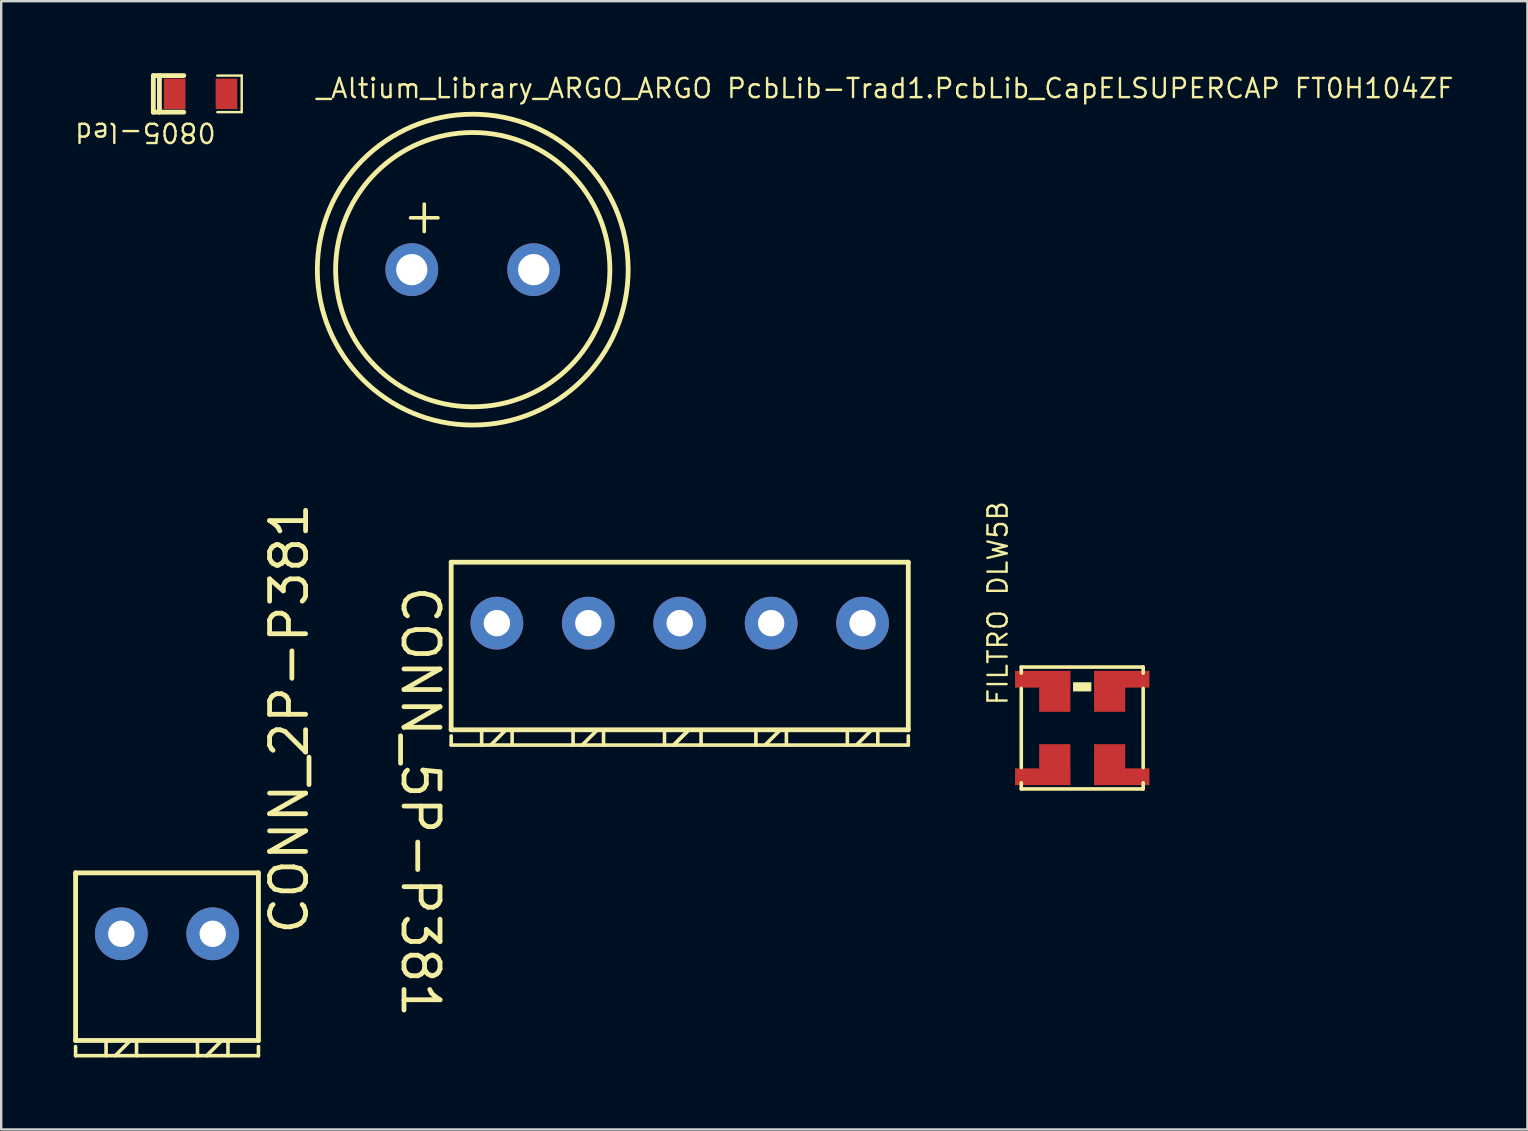
<source format=kicad_pcb>
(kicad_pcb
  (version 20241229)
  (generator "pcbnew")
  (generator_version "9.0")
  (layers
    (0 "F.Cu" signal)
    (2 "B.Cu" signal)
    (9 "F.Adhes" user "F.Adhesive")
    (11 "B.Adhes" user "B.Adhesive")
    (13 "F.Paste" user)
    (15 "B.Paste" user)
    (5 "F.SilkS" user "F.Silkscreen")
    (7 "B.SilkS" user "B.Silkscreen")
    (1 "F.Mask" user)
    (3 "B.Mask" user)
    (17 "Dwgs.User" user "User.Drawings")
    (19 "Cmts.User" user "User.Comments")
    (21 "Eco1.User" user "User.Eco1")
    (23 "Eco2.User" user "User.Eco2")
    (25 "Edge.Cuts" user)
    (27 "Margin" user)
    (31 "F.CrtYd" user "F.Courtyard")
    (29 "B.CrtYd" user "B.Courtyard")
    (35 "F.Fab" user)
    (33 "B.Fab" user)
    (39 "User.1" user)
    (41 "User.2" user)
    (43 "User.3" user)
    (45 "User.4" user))
  (footprint "CONN_2P-P381"
    (layer "F.Cu")
    (at 2.005 35.865)
    (property "Reference" "CONN_2P-P381" (at 7.874 0.127 90) (unlocked yes) (layer "F.SilkS") (effects (font (size 1.5 1.5) (thickness 0.2)) (justify left bottom)))
    (fp_line (start -1.905 -2.54) (end 5.715 -2.54) (stroke (width 0.2) (type solid)) (layer "F.SilkS"))
    (fp_line (start -1.905 4.445) (end -1.905 -2.54) (stroke (width 0.2) (type solid)) (layer "F.SilkS"))
    (fp_line (start -1.905 4.445) (end 5.715 4.445) (stroke (width 0.2) (type solid)) (layer "F.SilkS"))
    (fp_line (start -1.905 5.08) (end -1.905 4.699) (stroke (width 0.15) (type solid)) (layer "F.SilkS"))
    (fp_line (start -1.905 5.08) (end 5.715 5.08) (stroke (width 0.15) (type solid)) (layer "F.SilkS"))
    (fp_line (start -0.635 5.08) (end -0.635 4.445) (stroke (width 0.15) (type solid)) (layer "F.SilkS"))
    (fp_line (start -0.254 5.08) (end 0.381 4.445) (stroke (width 0.15) (type solid)) (layer "F.SilkS"))
    (fp_line (start 0.635 5.08) (end 0.635 4.445) (stroke (width 0.15) (type solid)) (layer "F.SilkS"))
    (fp_line (start 3.175 5.08) (end 3.175 4.445) (stroke (width 0.15) (type solid)) (layer "F.SilkS"))
    (fp_line (start 3.556 5.08) (end 4.191 4.445) (stroke (width 0.15) (type solid)) (layer "F.SilkS"))
    (fp_line (start 4.445 5.08) (end 4.445 4.445) (stroke (width 0.15) (type solid)) (layer "F.SilkS"))
    (fp_line (start 5.715 4.445) (end 5.715 -2.54) (stroke (width 0.2) (type solid)) (layer "F.SilkS"))
    (fp_line (start 5.715 5.08) (end 5.715 4.699) (stroke (width 0.15) (type solid)) (layer "F.SilkS"))
    (fp_line (start -1.905 -5.08) (end 5.715 -5.08) (stroke (width 0.15) (type solid)) (layer "User.2"))
    (fp_line (start -1.905 -3.175) (end -1.905 -5.08) (stroke (width 0.15) (type solid)) (layer "User.2"))
    (fp_line (start 5.715 -3.175) (end 5.715 -5.08) (stroke (width 0.15) (type solid)) (layer "User.2"))
    (fp_rect (start -0.635 -2.54) (end 0.635 -4.445) (stroke (width 0.1) (type default)) (fill no) (layer "User.2"))
    (fp_rect (start 3.175 -2.54) (end 4.445 -4.445) (stroke (width 0.1) (type default)) (fill no) (layer "User.2"))
    (pad "1" thru_hole circle (at 0 0) (size 2.2 2.2) (drill 1.1) (layers "*.Cu" "*.Mask"))
    (pad "2" thru_hole circle (at 3.81 0) (size 2.2 2.2) (drill 1.1) (layers "*.Cu" "*.Mask")))
  (footprint "0805-led"
    (layer "F.Cu")
    (at 4.229 0.862)
    (property "Reference" "0805-led" (at 1.778 1.143 180) (unlocked yes) (layer "F.SilkS") (effects (font (size 0.8 0.8) (thickness 0.1)) (justify left bottom)))
    (fp_line (start -0.889 0.762) (end -0.889 -0.762) (stroke (width 0.2) (type solid)) (layer "F.SilkS"))
    (fp_line (start -0.635 0.762) (end -0.635 -0.762) (stroke (width 0.2) (type solid)) (layer "F.SilkS"))
    (fp_line (start 0.381 -0.762) (end -0.889 -0.762) (stroke (width 0.2) (type solid)) (layer "F.SilkS"))
    (fp_line (start 0.381 0.762) (end -0.889 0.762) (stroke (width 0.2) (type solid)) (layer "F.SilkS"))
    (fp_line (start 2.794 -0.762) (end 1.778 -0.762) (stroke (width 0.1) (type solid)) (layer "F.SilkS"))
    (fp_line (start 2.794 0.762) (end 1.778 0.762) (stroke (width 0.1) (type solid)) (layer "F.SilkS"))
    (fp_line (start 2.794 0.762) (end 2.794 -0.762) (stroke (width 0.1) (type solid)) (layer "F.SilkS"))
    (pad "1" smd rect (at 0 0) (size 0.9 1.27) (layers "F.Cu" "F.Mask" "F.Paste"))
    (pad "2" smd rect (at 2.159 0) (size 0.9 1.27) (layers "F.Cu" "F.Mask" "F.Paste")))
  (footprint "FILTRO DLW5B"
    (layer "F.Cu")
    (at 40.399 25.256)
    (property "Reference" "FILTRO DLW5B" (at -1.397 1.143 90) (unlocked yes) (layer "F.SilkS") (effects (font (size 0.8 0.8) (thickness 0.1)) (justify left bottom)))
    (fp_line (start -0.889 -0.508) (end 4.191 -0.508) (stroke (width 0.15) (type solid)) (layer "F.SilkS"))
    (fp_line (start -0.889 -0.254) (end -0.889 -0.508) (stroke (width 0.15) (type solid)) (layer "F.SilkS"))
    (fp_line (start -0.889 3.683) (end -0.889 0.381) (stroke (width 0.15) (type solid)) (layer "F.SilkS"))
    (fp_line (start -0.889 4.572) (end -0.889 4.318) (stroke (width 0.15) (type solid)) (layer "F.SilkS"))
    (fp_line (start -0.889 4.572) (end 4.191 4.572) (stroke (width 0.15) (type solid)) (layer "F.SilkS"))
    (fp_line (start 4.191 -0.254) (end 4.191 -0.508) (stroke (width 0.15) (type solid)) (layer "F.SilkS"))
    (fp_line (start 4.191 3.683) (end 4.191 0.381) (stroke (width 0.15) (type solid)) (layer "F.SilkS"))
    (fp_line (start 4.191 4.572) (end 4.191 4.318) (stroke (width 0.15) (type solid)) (layer "F.SilkS"))
    (fp_rect (start 2.032 0.127) (end 1.27 0.508) (stroke (width 0) (type default)) (fill yes) (layer "F.SilkS"))
    (pad "1" smd rect (at 0 0 90) (size 0.7 2.3) (layers "F.Cu" "F.Mask" "F.Paste"))
    (pad "1" smd rect (at 0.508 0.508 90) (size 1.7 1.3) (layers "F.Cu" "F.Mask" "F.Paste"))
    (pad "2" smd rect (at 2.794 0.508 90) (size 1.7 1.3) (layers "F.Cu" "F.Mask" "F.Paste"))
    (pad "2" smd rect (at 3.302 0 90) (size 0.7 2.3) (layers "F.Cu" "F.Mask" "F.Paste"))
    (pad "3" smd rect (at 2.794 3.556 90) (size 1.7 1.3) (layers "F.Cu" "F.Mask" "F.Paste"))
    (pad "3" smd rect (at 3.302 4.064 90) (size 0.7 2.3) (layers "F.Cu" "F.Mask" "F.Paste"))
    (pad "4" smd rect (at 0 4.064 90) (size 0.7 2.3) (layers "F.Cu" "F.Mask" "F.Paste"))
    (pad "4" smd rect (at 0.508 3.556 90) (size 1.7 1.3) (layers "F.Cu" "F.Mask" "F.Paste")))
  (footprint "_Altium_Library_ARGO_ARGO PcbLib-Trad1.PcbLib_CapELSUPERCAP FT0H104ZF"
    (layer "F.Cu")
    (at 14.111 8.187)
    (property "Reference" "_Altium_Library_ARGO_ARGO PcbLib-Trad1.PcbLib_CapELSUPERCAP FT0H104ZF" (at -4.039 -7.087 0) (unlocked yes) (layer "F.SilkS") (effects (font (size 0.8 0.8) (thickness 0.1)) (justify left bottom)))
    (fp_circle (center 2.54 0) (end 2.54 5.715) (stroke (width 0.2) (type solid)) (fill no) (layer "F.SilkS"))
    (fp_circle (center 2.54 0) (end 2.54 6.477) (stroke (width 0.2) (type solid)) (fill no) (layer "F.SilkS"))
    (fp_text user "+" (at -0.508 -1.397 0) (unlocked yes) (layer "F.SilkS") (effects (font (size 1.5 1.5) (thickness 0.15)) (justify left bottom)))
    (pad "1" thru_hole circle (at 0 0) (size 2.2 2.2) (drill 1.3) (layers "*.Cu" "*.Mask"))
    (pad "2" thru_hole circle (at 5.08 0) (size 2.2 2.2) (drill 1.3) (layers "*.Cu" "*.Mask")))
  (footprint "CONN_5P-P381"
    (layer "F.Cu")
    (at 17.657 22.919)
    (property "Reference" "CONN_5P-P381" (at -4.064 -1.651 270) (unlocked yes) (layer "F.SilkS") (effects (font (size 1.5 1.5) (thickness 0.2)) (justify left bottom)))
    (fp_line (start -1.905 -2.54) (end -1.905 4.445) (stroke (width 0.2) (type solid)) (layer "F.SilkS"))
    (fp_line (start -1.905 4.699) (end -1.905 5.08) (stroke (width 0.15) (type solid)) (layer "F.SilkS"))
    (fp_line (start -0.635 4.445) (end -0.635 5.08) (stroke (width 0.15) (type solid)) (layer "F.SilkS"))
    (fp_line (start 0.381 4.445) (end -0.254 5.08) (stroke (width 0.15) (type solid)) (layer "F.SilkS"))
    (fp_line (start 0.635 4.445) (end 0.635 5.08) (stroke (width 0.15) (type solid)) (layer "F.SilkS"))
    (fp_line (start 3.175 4.445) (end 3.175 5.08) (stroke (width 0.15) (type solid)) (layer "F.SilkS"))
    (fp_line (start 4.191 4.445) (end 3.556 5.08) (stroke (width 0.15) (type solid)) (layer "F.SilkS"))
    (fp_line (start 4.445 4.445) (end 4.445 5.08) (stroke (width 0.15) (type solid)) (layer "F.SilkS"))
    (fp_line (start 6.985 4.445) (end 6.985 5.08) (stroke (width 0.15) (type solid)) (layer "F.SilkS"))
    (fp_line (start 8.001 4.445) (end 7.366 5.08) (stroke (width 0.15) (type solid)) (layer "F.SilkS"))
    (fp_line (start 8.004 4.442) (end 7.369 5.077) (stroke (width 0.15) (type solid)) (layer "F.SilkS"))
    (fp_line (start 8.509 4.445) (end 8.509 5.08) (stroke (width 0.15) (type solid)) (layer "F.SilkS"))
    (fp_line (start 10.795 4.445) (end 10.795 5.08) (stroke (width 0.15) (type solid)) (layer "F.SilkS"))
    (fp_line (start 11.814 4.442) (end 11.179 5.077) (stroke (width 0.15) (type solid)) (layer "F.SilkS"))
    (fp_line (start 12.065 4.445) (end 12.065 5.08) (stroke (width 0.15) (type solid)) (layer "F.SilkS"))
    (fp_line (start 14.605 4.445) (end 14.605 5.08) (stroke (width 0.15) (type solid)) (layer "F.SilkS"))
    (fp_line (start 15.624 4.442) (end 14.989 5.077) (stroke (width 0.15) (type solid)) (layer "F.SilkS"))
    (fp_line (start 15.875 4.445) (end 15.875 5.08) (stroke (width 0.15) (type solid)) (layer "F.SilkS"))
    (fp_line (start 17.145 -2.54) (end -1.905 -2.54) (stroke (width 0.2) (type solid)) (layer "F.SilkS"))
    (fp_line (start 17.145 -2.54) (end 17.145 4.445) (stroke (width 0.2) (type solid)) (layer "F.SilkS"))
    (fp_line (start 17.145 4.445) (end -1.905 4.445) (stroke (width 0.2) (type solid)) (layer "F.SilkS"))
    (fp_line (start 17.145 4.699) (end 17.145 5.08) (stroke (width 0.15) (type solid)) (layer "F.SilkS"))
    (fp_line (start 17.145 5.08) (end -1.905 5.08) (stroke (width 0.15) (type solid)) (layer "F.SilkS"))
    (fp_line (start -1.905 -5.08) (end -1.905 -3.175) (stroke (width 0.15) (type solid)) (layer "User.2"))
    (fp_line (start 17.145 -5.08) (end -1.905 -5.08) (stroke (width 0.15) (type solid)) (layer "User.2"))
    (fp_line (start 17.145 -5.08) (end 17.145 -3.175) (stroke (width 0.15) (type solid)) (layer "User.2"))
    (fp_rect (start -0.635 -2.54) (end 0.635 -4.445) (stroke (width 0.1) (type default)) (fill no) (layer "User.2"))
    (fp_rect (start 3.175 -2.54) (end 4.445 -4.445) (stroke (width 0.1) (type default)) (fill no) (layer "User.2"))
    (fp_rect (start 6.985 -2.54) (end 8.255 -4.445) (stroke (width 0.1) (type default)) (fill no) (layer "User.2"))
    (fp_rect (start 10.795 -2.54) (end 12.065 -4.445) (stroke (width 0.1) (type default)) (fill no) (layer "User.2"))
    (fp_rect (start 14.605 -2.54) (end 15.875 -4.445) (stroke (width 0.1) (type default)) (fill no) (layer "User.2"))
    (pad "1" thru_hole circle (at 0 0) (size 2.2 2.2) (drill 1.1) (layers "*.Cu" "*.Mask"))
    (pad "2" thru_hole circle (at 3.81 0) (size 2.2 2.2) (drill 1.1) (layers "*.Cu" "*.Mask"))
    (pad "3" thru_hole circle (at 7.62 0) (size 2.2 2.2) (drill 1.1) (layers "*.Cu" "*.Mask"))
    (pad "4" thru_hole circle (at 11.43 0) (size 2.2 2.2) (drill 1.1) (layers "*.Cu" "*.Mask"))
    (pad "5" thru_hole circle (at 15.24 0) (size 2.2 2.2) (drill 1.1) (layers "*.Cu" "*.Mask")))
  (gr_rect
    (start -3 -3)
    (end 60.603 44.02)
    (stroke (width 0.1) (type default))
    (fill no)
    (layer "Edge.Cuts")))
</source>
